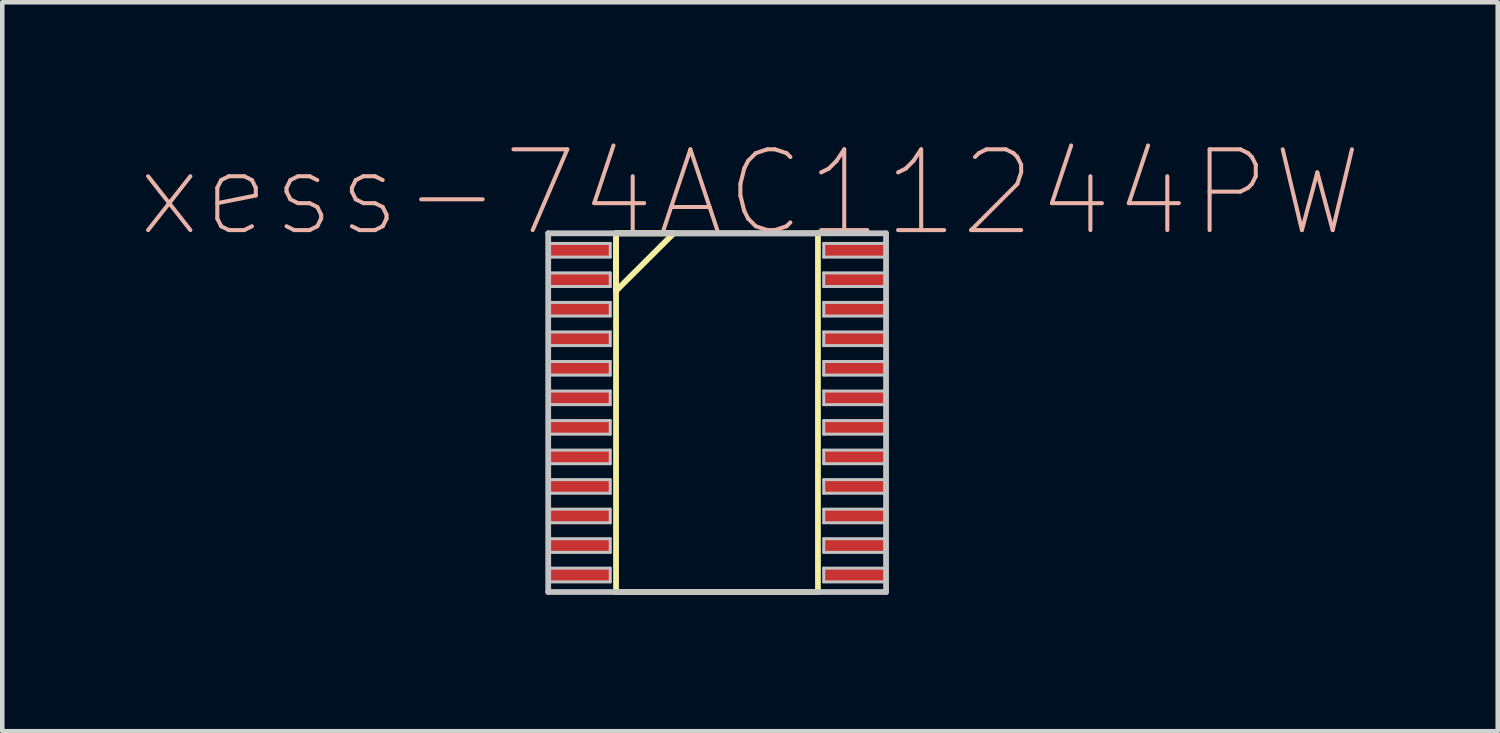
<source format=kicad_pcb>
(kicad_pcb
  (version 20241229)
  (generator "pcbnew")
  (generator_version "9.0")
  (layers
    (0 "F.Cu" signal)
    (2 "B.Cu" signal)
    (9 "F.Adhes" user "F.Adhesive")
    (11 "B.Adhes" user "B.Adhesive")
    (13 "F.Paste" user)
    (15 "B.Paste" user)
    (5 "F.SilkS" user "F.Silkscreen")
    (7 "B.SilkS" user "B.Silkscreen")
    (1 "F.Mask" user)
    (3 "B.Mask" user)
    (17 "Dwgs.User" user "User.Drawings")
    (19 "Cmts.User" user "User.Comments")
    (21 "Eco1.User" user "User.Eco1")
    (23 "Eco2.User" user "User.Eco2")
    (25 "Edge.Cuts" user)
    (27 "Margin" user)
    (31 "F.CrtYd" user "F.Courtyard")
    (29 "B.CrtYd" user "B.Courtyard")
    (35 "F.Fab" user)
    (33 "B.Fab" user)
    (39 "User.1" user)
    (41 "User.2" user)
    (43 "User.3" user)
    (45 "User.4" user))
  (footprint "xess-74AC11244PW"
    (layer "F.Cu")
    (at 9.81 2.459)
    (property "Reference" "xess-74AC11244PW" (at 3.65 -1.262 0) (layer "B.SilkS") (effects (font (size 1.778 1.778) (thickness 0.089))))
    (attr smd)
    (fp_line (start 0.701 -0.373) (end 0.701 0.894) (stroke (width 0.127) (type solid)) (layer "F.SilkS"))
    (fp_line (start 0.701 -0.373) (end 0.701 7.523) (stroke (width 0.127) (type solid)) (layer "F.SilkS"))
    (fp_line (start 0.701 0.894) (end 1.971 -0.373) (stroke (width 0.127) (type solid)) (layer "F.SilkS"))
    (fp_line (start 0.701 7.523) (end 5.146 7.523) (stroke (width 0.127) (type solid)) (layer "F.SilkS"))
    (fp_line (start 1.971 -0.373) (end 0.701 -0.373) (stroke (width 0.127) (type solid)) (layer "F.SilkS"))
    (fp_line (start 5.146 -0.373) (end 0.701 -0.373) (stroke (width 0.127) (type solid)) (layer "F.SilkS"))
    (fp_line (start 5.146 7.523) (end 5.146 -0.373) (stroke (width 0.127) (type solid)) (layer "F.SilkS"))
    (fp_line (start -0.792 -0.373) (end -0.792 7.523) (stroke (width 0.127) (type solid)) (layer "Dwgs.User"))
    (fp_line (start -0.792 -0.15) (end 0.574 -0.15) (stroke (width 0.066) (type solid)) (layer "Dwgs.User"))
    (fp_line (start -0.792 0.15) (end -0.792 -0.15) (stroke (width 0.066) (type solid)) (layer "Dwgs.User"))
    (fp_line (start -0.792 0.15) (end 0.574 0.15) (stroke (width 0.066) (type solid)) (layer "Dwgs.User"))
    (fp_line (start -0.792 0.498) (end 0.574 0.498) (stroke (width 0.066) (type solid)) (layer "Dwgs.User"))
    (fp_line (start -0.792 0.798) (end -0.792 0.498) (stroke (width 0.066) (type solid)) (layer "Dwgs.User"))
    (fp_line (start -0.792 0.798) (end 0.574 0.798) (stroke (width 0.066) (type solid)) (layer "Dwgs.User"))
    (fp_line (start -0.792 1.148) (end 0.574 1.148) (stroke (width 0.066) (type solid)) (layer "Dwgs.User"))
    (fp_line (start -0.792 1.448) (end -0.792 1.148) (stroke (width 0.066) (type solid)) (layer "Dwgs.User"))
    (fp_line (start -0.792 1.448) (end 0.574 1.448) (stroke (width 0.066) (type solid)) (layer "Dwgs.User"))
    (fp_line (start -0.792 1.798) (end 0.574 1.798) (stroke (width 0.066) (type solid)) (layer "Dwgs.User"))
    (fp_line (start -0.792 2.098) (end -0.792 1.798) (stroke (width 0.066) (type solid)) (layer "Dwgs.User"))
    (fp_line (start -0.792 2.098) (end 0.574 2.098) (stroke (width 0.066) (type solid)) (layer "Dwgs.User"))
    (fp_line (start -0.792 2.449) (end 0.574 2.449) (stroke (width 0.066) (type solid)) (layer "Dwgs.User"))
    (fp_line (start -0.792 2.748) (end -0.792 2.449) (stroke (width 0.066) (type solid)) (layer "Dwgs.User"))
    (fp_line (start -0.792 2.748) (end 0.574 2.748) (stroke (width 0.066) (type solid)) (layer "Dwgs.User"))
    (fp_line (start -0.792 3.099) (end 0.574 3.099) (stroke (width 0.066) (type solid)) (layer "Dwgs.User"))
    (fp_line (start -0.792 3.399) (end -0.792 3.099) (stroke (width 0.066) (type solid)) (layer "Dwgs.User"))
    (fp_line (start -0.792 3.399) (end 0.574 3.399) (stroke (width 0.066) (type solid)) (layer "Dwgs.User"))
    (fp_line (start -0.792 3.749) (end 0.574 3.749) (stroke (width 0.066) (type solid)) (layer "Dwgs.User"))
    (fp_line (start -0.792 4.049) (end -0.792 3.749) (stroke (width 0.066) (type solid)) (layer "Dwgs.User"))
    (fp_line (start -0.792 4.049) (end 0.574 4.049) (stroke (width 0.066) (type solid)) (layer "Dwgs.User"))
    (fp_line (start -0.792 4.399) (end 0.574 4.399) (stroke (width 0.066) (type solid)) (layer "Dwgs.User"))
    (fp_line (start -0.792 4.699) (end -0.792 4.399) (stroke (width 0.066) (type solid)) (layer "Dwgs.User"))
    (fp_line (start -0.792 4.699) (end 0.574 4.699) (stroke (width 0.066) (type solid)) (layer "Dwgs.User"))
    (fp_line (start -0.792 5.05) (end 0.574 5.05) (stroke (width 0.066) (type solid)) (layer "Dwgs.User"))
    (fp_line (start -0.792 5.349) (end -0.792 5.05) (stroke (width 0.066) (type solid)) (layer "Dwgs.User"))
    (fp_line (start -0.792 5.349) (end 0.574 5.349) (stroke (width 0.066) (type solid)) (layer "Dwgs.User"))
    (fp_line (start -0.792 5.7) (end 0.574 5.7) (stroke (width 0.066) (type solid)) (layer "Dwgs.User"))
    (fp_line (start -0.792 5.999) (end -0.792 5.7) (stroke (width 0.066) (type solid)) (layer "Dwgs.User"))
    (fp_line (start -0.792 5.999) (end 0.574 5.999) (stroke (width 0.066) (type solid)) (layer "Dwgs.User"))
    (fp_line (start -0.792 6.35) (end 0.574 6.35) (stroke (width 0.066) (type solid)) (layer "Dwgs.User"))
    (fp_line (start -0.792 6.65) (end -0.792 6.35) (stroke (width 0.066) (type solid)) (layer "Dwgs.User"))
    (fp_line (start -0.792 6.65) (end 0.574 6.65) (stroke (width 0.066) (type solid)) (layer "Dwgs.User"))
    (fp_line (start -0.792 6.998) (end 0.574 6.998) (stroke (width 0.066) (type solid)) (layer "Dwgs.User"))
    (fp_line (start -0.792 7.3) (end -0.792 6.998) (stroke (width 0.066) (type solid)) (layer "Dwgs.User"))
    (fp_line (start -0.792 7.3) (end 0.574 7.3) (stroke (width 0.066) (type solid)) (layer "Dwgs.User"))
    (fp_line (start -0.792 7.523) (end 6.645 7.523) (stroke (width 0.127) (type solid)) (layer "Dwgs.User"))
    (fp_line (start 0.574 0.15) (end 0.574 -0.15) (stroke (width 0.066) (type solid)) (layer "Dwgs.User"))
    (fp_line (start 0.574 0.798) (end 0.574 0.498) (stroke (width 0.066) (type solid)) (layer "Dwgs.User"))
    (fp_line (start 0.574 1.448) (end 0.574 1.148) (stroke (width 0.066) (type solid)) (layer "Dwgs.User"))
    (fp_line (start 0.574 2.098) (end 0.574 1.798) (stroke (width 0.066) (type solid)) (layer "Dwgs.User"))
    (fp_line (start 0.574 2.748) (end 0.574 2.449) (stroke (width 0.066) (type solid)) (layer "Dwgs.User"))
    (fp_line (start 0.574 3.399) (end 0.574 3.099) (stroke (width 0.066) (type solid)) (layer "Dwgs.User"))
    (fp_line (start 0.574 4.049) (end 0.574 3.749) (stroke (width 0.066) (type solid)) (layer "Dwgs.User"))
    (fp_line (start 0.574 4.699) (end 0.574 4.399) (stroke (width 0.066) (type solid)) (layer "Dwgs.User"))
    (fp_line (start 0.574 5.349) (end 0.574 5.05) (stroke (width 0.066) (type solid)) (layer "Dwgs.User"))
    (fp_line (start 0.574 5.999) (end 0.574 5.7) (stroke (width 0.066) (type solid)) (layer "Dwgs.User"))
    (fp_line (start 0.574 6.65) (end 0.574 6.35) (stroke (width 0.066) (type solid)) (layer "Dwgs.User"))
    (fp_line (start 0.574 7.3) (end 0.574 6.998) (stroke (width 0.066) (type solid)) (layer "Dwgs.User"))
    (fp_line (start 5.273 -0.15) (end 6.645 -0.15) (stroke (width 0.066) (type solid)) (layer "Dwgs.User"))
    (fp_line (start 5.273 0.15) (end 5.273 -0.15) (stroke (width 0.066) (type solid)) (layer "Dwgs.User"))
    (fp_line (start 5.273 0.15) (end 6.645 0.15) (stroke (width 0.066) (type solid)) (layer "Dwgs.User"))
    (fp_line (start 5.273 0.498) (end 6.645 0.498) (stroke (width 0.066) (type solid)) (layer "Dwgs.User"))
    (fp_line (start 5.273 0.798) (end 5.273 0.498) (stroke (width 0.066) (type solid)) (layer "Dwgs.User"))
    (fp_line (start 5.273 0.798) (end 6.645 0.798) (stroke (width 0.066) (type solid)) (layer "Dwgs.User"))
    (fp_line (start 5.273 1.148) (end 6.645 1.148) (stroke (width 0.066) (type solid)) (layer "Dwgs.User"))
    (fp_line (start 5.273 1.448) (end 5.273 1.148) (stroke (width 0.066) (type solid)) (layer "Dwgs.User"))
    (fp_line (start 5.273 1.448) (end 6.645 1.448) (stroke (width 0.066) (type solid)) (layer "Dwgs.User"))
    (fp_line (start 5.273 1.798) (end 6.645 1.798) (stroke (width 0.066) (type solid)) (layer "Dwgs.User"))
    (fp_line (start 5.273 2.098) (end 5.273 1.798) (stroke (width 0.066) (type solid)) (layer "Dwgs.User"))
    (fp_line (start 5.273 2.098) (end 6.645 2.098) (stroke (width 0.066) (type solid)) (layer "Dwgs.User"))
    (fp_line (start 5.273 2.449) (end 6.645 2.449) (stroke (width 0.066) (type solid)) (layer "Dwgs.User"))
    (fp_line (start 5.273 2.748) (end 5.273 2.449) (stroke (width 0.066) (type solid)) (layer "Dwgs.User"))
    (fp_line (start 5.273 2.748) (end 6.645 2.748) (stroke (width 0.066) (type solid)) (layer "Dwgs.User"))
    (fp_line (start 5.273 3.099) (end 6.645 3.099) (stroke (width 0.066) (type solid)) (layer "Dwgs.User"))
    (fp_line (start 5.273 3.399) (end 5.273 3.099) (stroke (width 0.066) (type solid)) (layer "Dwgs.User"))
    (fp_line (start 5.273 3.399) (end 6.645 3.399) (stroke (width 0.066) (type solid)) (layer "Dwgs.User"))
    (fp_line (start 5.273 3.749) (end 6.645 3.749) (stroke (width 0.066) (type solid)) (layer "Dwgs.User"))
    (fp_line (start 5.273 4.049) (end 5.273 3.749) (stroke (width 0.066) (type solid)) (layer "Dwgs.User"))
    (fp_line (start 5.273 4.049) (end 6.645 4.049) (stroke (width 0.066) (type solid)) (layer "Dwgs.User"))
    (fp_line (start 5.273 4.399) (end 6.645 4.399) (stroke (width 0.066) (type solid)) (layer "Dwgs.User"))
    (fp_line (start 5.273 4.699) (end 5.273 4.399) (stroke (width 0.066) (type solid)) (layer "Dwgs.User"))
    (fp_line (start 5.273 4.699) (end 6.645 4.699) (stroke (width 0.066) (type solid)) (layer "Dwgs.User"))
    (fp_line (start 5.273 5.05) (end 6.645 5.05) (stroke (width 0.066) (type solid)) (layer "Dwgs.User"))
    (fp_line (start 5.273 5.349) (end 5.273 5.05) (stroke (width 0.066) (type solid)) (layer "Dwgs.User"))
    (fp_line (start 5.273 5.349) (end 6.645 5.349) (stroke (width 0.066) (type solid)) (layer "Dwgs.User"))
    (fp_line (start 5.273 5.7) (end 6.645 5.7) (stroke (width 0.066) (type solid)) (layer "Dwgs.User"))
    (fp_line (start 5.273 5.999) (end 5.273 5.7) (stroke (width 0.066) (type solid)) (layer "Dwgs.User"))
    (fp_line (start 5.273 5.999) (end 6.645 5.999) (stroke (width 0.066) (type solid)) (layer "Dwgs.User"))
    (fp_line (start 5.273 6.35) (end 6.645 6.35) (stroke (width 0.066) (type solid)) (layer "Dwgs.User"))
    (fp_line (start 5.273 6.65) (end 5.273 6.35) (stroke (width 0.066) (type solid)) (layer "Dwgs.User"))
    (fp_line (start 5.273 6.65) (end 6.645 6.65) (stroke (width 0.066) (type solid)) (layer "Dwgs.User"))
    (fp_line (start 5.273 6.998) (end 6.645 6.998) (stroke (width 0.066) (type solid)) (layer "Dwgs.User"))
    (fp_line (start 5.273 7.3) (end 5.273 6.998) (stroke (width 0.066) (type solid)) (layer "Dwgs.User"))
    (fp_line (start 5.273 7.3) (end 6.645 7.3) (stroke (width 0.066) (type solid)) (layer "Dwgs.User"))
    (fp_line (start 6.645 -0.373) (end -0.792 -0.373) (stroke (width 0.127) (type solid)) (layer "Dwgs.User"))
    (fp_line (start 6.645 0.15) (end 6.645 -0.15) (stroke (width 0.066) (type solid)) (layer "Dwgs.User"))
    (fp_line (start 6.645 0.798) (end 6.645 0.498) (stroke (width 0.066) (type solid)) (layer "Dwgs.User"))
    (fp_line (start 6.645 1.448) (end 6.645 1.148) (stroke (width 0.066) (type solid)) (layer "Dwgs.User"))
    (fp_line (start 6.645 2.098) (end 6.645 1.798) (stroke (width 0.066) (type solid)) (layer "Dwgs.User"))
    (fp_line (start 6.645 2.748) (end 6.645 2.449) (stroke (width 0.066) (type solid)) (layer "Dwgs.User"))
    (fp_line (start 6.645 3.399) (end 6.645 3.099) (stroke (width 0.066) (type solid)) (layer "Dwgs.User"))
    (fp_line (start 6.645 4.049) (end 6.645 3.749) (stroke (width 0.066) (type solid)) (layer "Dwgs.User"))
    (fp_line (start 6.645 4.699) (end 6.645 4.399) (stroke (width 0.066) (type solid)) (layer "Dwgs.User"))
    (fp_line (start 6.645 5.349) (end 6.645 5.05) (stroke (width 0.066) (type solid)) (layer "Dwgs.User"))
    (fp_line (start 6.645 5.999) (end 6.645 5.7) (stroke (width 0.066) (type solid)) (layer "Dwgs.User"))
    (fp_line (start 6.645 6.65) (end 6.645 6.35) (stroke (width 0.066) (type solid)) (layer "Dwgs.User"))
    (fp_line (start 6.645 7.3) (end 6.645 6.998) (stroke (width 0.066) (type solid)) (layer "Dwgs.User"))
    (fp_line (start 6.645 7.523) (end 6.645 -0.373) (stroke (width 0.127) (type solid)) (layer "Dwgs.User"))
    (pad "1" smd rect (at -0.109 0) (size 1.369 0.3) (layers "F.Cu" "F.Mask" "F.Paste"))
    (pad "2" smd rect (at -0.109 0.648) (size 1.369 0.3) (layers "F.Cu" "F.Mask" "F.Paste"))
    (pad "3" smd rect (at -0.109 1.298) (size 1.369 0.3) (layers "F.Cu" "F.Mask" "F.Paste"))
    (pad "4" smd rect (at -0.109 1.948) (size 1.369 0.3) (layers "F.Cu" "F.Mask" "F.Paste"))
    (pad "5" smd rect (at -0.109 2.598) (size 1.369 0.3) (layers "F.Cu" "F.Mask" "F.Paste"))
    (pad "6" smd rect (at -0.109 3.249) (size 1.369 0.3) (layers "F.Cu" "F.Mask" "F.Paste"))
    (pad "7" smd rect (at -0.109 3.899) (size 1.369 0.3) (layers "F.Cu" "F.Mask" "F.Paste"))
    (pad "8" smd rect (at -0.109 4.549) (size 1.369 0.3) (layers "F.Cu" "F.Mask" "F.Paste"))
    (pad "9" smd rect (at -0.109 5.199) (size 1.369 0.3) (layers "F.Cu" "F.Mask" "F.Paste"))
    (pad "10" smd rect (at -0.109 5.85) (size 1.369 0.3) (layers "F.Cu" "F.Mask" "F.Paste"))
    (pad "11" smd rect (at -0.109 6.5) (size 1.369 0.3) (layers "F.Cu" "F.Mask" "F.Paste"))
    (pad "12" smd rect (at -0.109 7.148) (size 1.369 0.3) (layers "F.Cu" "F.Mask" "F.Paste"))
    (pad "13" smd rect (at 5.959 7.148) (size 1.369 0.3) (layers "F.Cu" "F.Mask" "F.Paste"))
    (pad "14" smd rect (at 5.959 6.5) (size 1.369 0.3) (layers "F.Cu" "F.Mask" "F.Paste"))
    (pad "15" smd rect (at 5.959 5.85) (size 1.369 0.3) (layers "F.Cu" "F.Mask" "F.Paste"))
    (pad "16" smd rect (at 5.959 5.199) (size 1.369 0.3) (layers "F.Cu" "F.Mask" "F.Paste"))
    (pad "17" smd rect (at 5.959 4.549) (size 1.369 0.3) (layers "F.Cu" "F.Mask" "F.Paste"))
    (pad "18" smd rect (at 5.959 3.899) (size 1.369 0.3) (layers "F.Cu" "F.Mask" "F.Paste"))
    (pad "19" smd rect (at 5.959 3.249) (size 1.369 0.3) (layers "F.Cu" "F.Mask" "F.Paste"))
    (pad "20" smd rect (at 5.959 2.598) (size 1.369 0.3) (layers "F.Cu" "F.Mask" "F.Paste"))
    (pad "21" smd rect (at 5.959 1.948) (size 1.369 0.3) (layers "F.Cu" "F.Mask" "F.Paste"))
    (pad "22" smd rect (at 5.959 1.298) (size 1.369 0.3) (layers "F.Cu" "F.Mask" "F.Paste"))
    (pad "23" smd rect (at 5.959 0.648) (size 1.369 0.3) (layers "F.Cu" "F.Mask" "F.Paste"))
    (pad "24" smd rect (at 5.959 0) (size 1.369 0.3) (layers "F.Cu" "F.Mask" "F.Paste")))
  (gr_rect
    (start -3 -3)
    (end 29.92 13.046)
    (stroke (width 0.1) (type default))
    (fill no)
    (layer "Edge.Cuts")))
</source>
